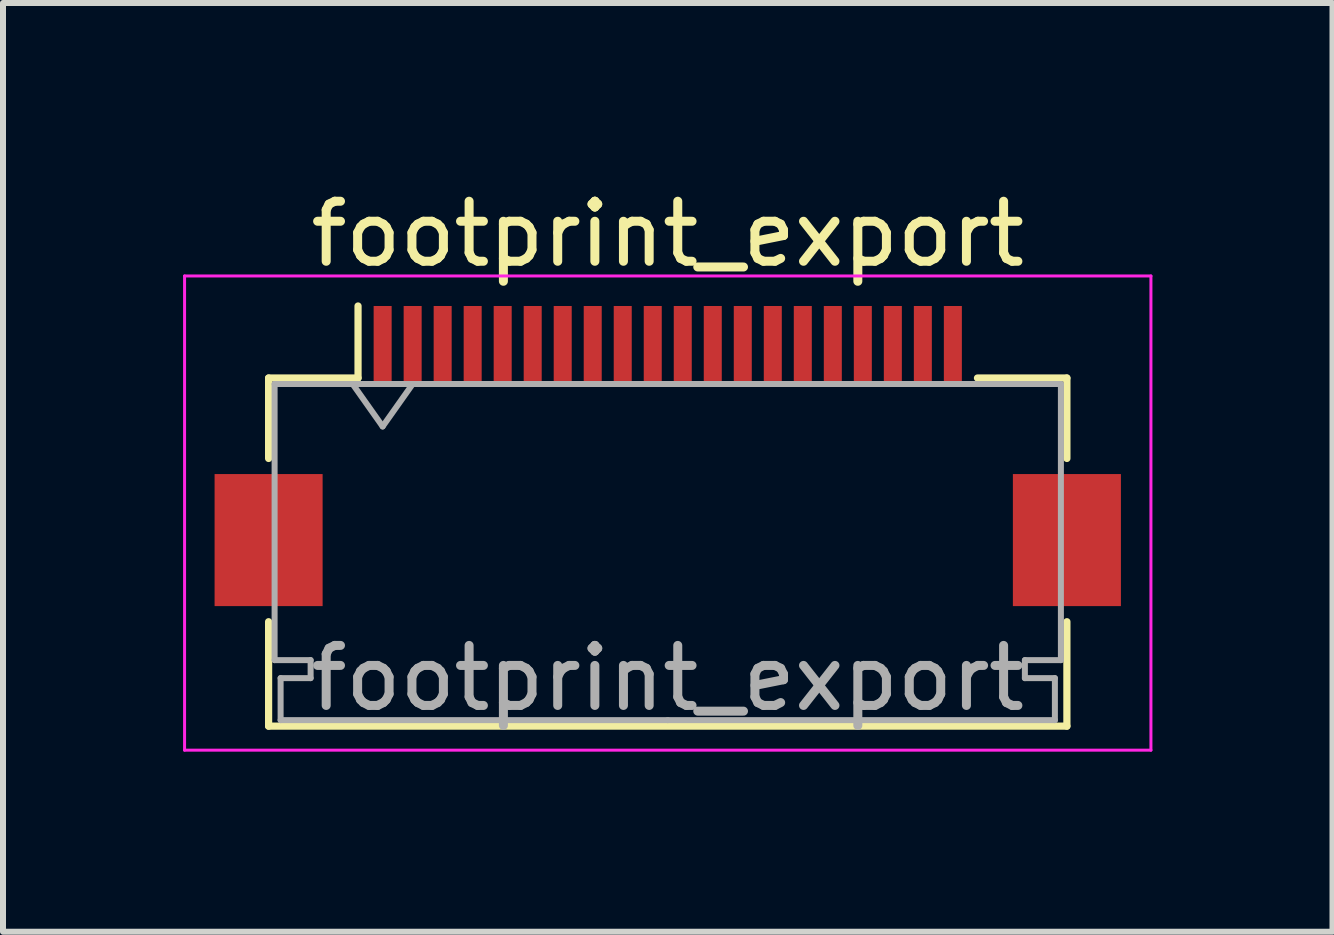
<source format=kicad_pcb>
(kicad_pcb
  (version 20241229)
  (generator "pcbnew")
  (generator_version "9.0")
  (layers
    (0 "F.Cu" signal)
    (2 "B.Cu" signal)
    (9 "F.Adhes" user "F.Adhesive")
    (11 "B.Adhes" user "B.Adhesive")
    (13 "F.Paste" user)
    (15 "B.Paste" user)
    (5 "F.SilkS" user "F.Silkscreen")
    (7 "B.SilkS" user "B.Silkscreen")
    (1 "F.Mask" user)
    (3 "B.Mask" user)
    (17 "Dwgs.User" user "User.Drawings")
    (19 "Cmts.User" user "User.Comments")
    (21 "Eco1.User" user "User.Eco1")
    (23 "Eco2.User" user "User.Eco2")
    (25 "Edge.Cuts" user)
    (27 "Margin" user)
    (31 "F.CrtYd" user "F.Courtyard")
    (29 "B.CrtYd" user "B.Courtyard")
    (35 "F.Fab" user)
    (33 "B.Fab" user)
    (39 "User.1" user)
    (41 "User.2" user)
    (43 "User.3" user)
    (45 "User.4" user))
  (footprint "footprint_export"
    (layer "F.Cu")
    (at 8.075 4.548)
    (property "Reference" "footprint_export" (at 0 -3.7 0) (layer "F.SilkS") (effects (font (size 1 1) (thickness 0.15))))
    (attr smd)
    (fp_line (start -6.65 -1.3) (end -6.65 0.04) (stroke (width 0.12) (type solid)) (layer "F.SilkS"))
    (fp_line (start -6.65 2.76) (end -6.65 4.5) (stroke (width 0.12) (type solid)) (layer "F.SilkS"))
    (fp_line (start -6.65 4.5) (end 6.65 4.5) (stroke (width 0.12) (type solid)) (layer "F.SilkS"))
    (fp_line (start -5.16 -1.3) (end -6.65 -1.3) (stroke (width 0.12) (type solid)) (layer "F.SilkS"))
    (fp_line (start -5.16 -1.3) (end -5.16 -2.5) (stroke (width 0.12) (type solid)) (layer "F.SilkS"))
    (fp_line (start 5.16 -1.3) (end 6.65 -1.3) (stroke (width 0.12) (type solid)) (layer "F.SilkS"))
    (fp_line (start 6.65 -1.3) (end 6.65 0.04) (stroke (width 0.12) (type solid)) (layer "F.SilkS"))
    (fp_line (start 6.65 4.5) (end 6.65 2.76) (stroke (width 0.12) (type solid)) (layer "F.SilkS"))
    (fp_line (start -8.05 -3) (end -8.05 4.9) (stroke (width 0.05) (type solid)) (layer "F.CrtYd"))
    (fp_line (start -8.05 4.9) (end 8.05 4.9) (stroke (width 0.05) (type solid)) (layer "F.CrtYd"))
    (fp_line (start 8.05 -3) (end -8.05 -3) (stroke (width 0.05) (type solid)) (layer "F.CrtYd"))
    (fp_line (start 8.05 4.9) (end 8.05 -3) (stroke (width 0.05) (type solid)) (layer "F.CrtYd"))
    (fp_line (start -6.55 -1.2) (end -6.55 3.4) (stroke (width 0.1) (type solid)) (layer "F.Fab"))
    (fp_line (start -6.55 3.4) (end -5.95 3.4) (stroke (width 0.1) (type solid)) (layer "F.Fab"))
    (fp_line (start -6.45 3.7) (end -6.45 4.4) (stroke (width 0.1) (type solid)) (layer "F.Fab"))
    (fp_line (start -6.45 4.4) (end 0 4.4) (stroke (width 0.1) (type solid)) (layer "F.Fab"))
    (fp_line (start -5.95 3.4) (end -5.95 3.7) (stroke (width 0.1) (type solid)) (layer "F.Fab"))
    (fp_line (start -5.95 3.7) (end -6.45 3.7) (stroke (width 0.1) (type solid)) (layer "F.Fab"))
    (fp_line (start -5.25 -1.2) (end -4.75 -0.493) (stroke (width 0.1) (type solid)) (layer "F.Fab"))
    (fp_line (start -4.75 -0.493) (end -4.25 -1.2) (stroke (width 0.1) (type solid)) (layer "F.Fab"))
    (fp_line (start 0 -1.2) (end -6.55 -1.2) (stroke (width 0.1) (type solid)) (layer "F.Fab"))
    (fp_line (start 0 -1.2) (end 6.55 -1.2) (stroke (width 0.1) (type solid)) (layer "F.Fab"))
    (fp_line (start 5.95 3.4) (end 5.95 3.7) (stroke (width 0.1) (type solid)) (layer "F.Fab"))
    (fp_line (start 5.95 3.7) (end 6.45 3.7) (stroke (width 0.1) (type solid)) (layer "F.Fab"))
    (fp_line (start 6.45 3.7) (end 6.45 4.4) (stroke (width 0.1) (type solid)) (layer "F.Fab"))
    (fp_line (start 6.45 4.4) (end 0 4.4) (stroke (width 0.1) (type solid)) (layer "F.Fab"))
    (fp_line (start 6.55 -1.2) (end 6.55 3.4) (stroke (width 0.1) (type solid)) (layer "F.Fab"))
    (fp_line (start 6.55 3.4) (end 5.95 3.4) (stroke (width 0.1) (type solid)) (layer "F.Fab"))
    (fp_text user "${REFERENCE}" (at 0 3.7 0) (layer "F.Fab") (effects (font (size 1 1) (thickness 0.15))))
    (pad "1" smd rect (at -4.75 -1.85) (size 0.3 1.3) (layers "F.Cu" "F.Mask" "F.Paste"))
    (pad "2" smd rect (at -4.25 -1.85) (size 0.3 1.3) (layers "F.Cu" "F.Mask" "F.Paste"))
    (pad "3" smd rect (at -3.75 -1.85) (size 0.3 1.3) (layers "F.Cu" "F.Mask" "F.Paste"))
    (pad "4" smd rect (at -3.25 -1.85) (size 0.3 1.3) (layers "F.Cu" "F.Mask" "F.Paste"))
    (pad "5" smd rect (at -2.75 -1.85) (size 0.3 1.3) (layers "F.Cu" "F.Mask" "F.Paste"))
    (pad "6" smd rect (at -2.25 -1.85) (size 0.3 1.3) (layers "F.Cu" "F.Mask" "F.Paste"))
    (pad "7" smd rect (at -1.75 -1.85) (size 0.3 1.3) (layers "F.Cu" "F.Mask" "F.Paste"))
    (pad "8" smd rect (at -1.25 -1.85) (size 0.3 1.3) (layers "F.Cu" "F.Mask" "F.Paste"))
    (pad "9" smd rect (at -0.75 -1.85) (size 0.3 1.3) (layers "F.Cu" "F.Mask" "F.Paste"))
    (pad "10" smd rect (at -0.25 -1.85) (size 0.3 1.3) (layers "F.Cu" "F.Mask" "F.Paste"))
    (pad "11" smd rect (at 0.25 -1.85) (size 0.3 1.3) (layers "F.Cu" "F.Mask" "F.Paste"))
    (pad "12" smd rect (at 0.75 -1.85) (size 0.3 1.3) (layers "F.Cu" "F.Mask" "F.Paste"))
    (pad "13" smd rect (at 1.25 -1.85) (size 0.3 1.3) (layers "F.Cu" "F.Mask" "F.Paste"))
    (pad "14" smd rect (at 1.75 -1.85) (size 0.3 1.3) (layers "F.Cu" "F.Mask" "F.Paste"))
    (pad "15" smd rect (at 2.25 -1.85) (size 0.3 1.3) (layers "F.Cu" "F.Mask" "F.Paste"))
    (pad "16" smd rect (at 2.75 -1.85) (size 0.3 1.3) (layers "F.Cu" "F.Mask" "F.Paste"))
    (pad "17" smd rect (at 3.25 -1.85) (size 0.3 1.3) (layers "F.Cu" "F.Mask" "F.Paste"))
    (pad "18" smd rect (at 3.75 -1.85) (size 0.3 1.3) (layers "F.Cu" "F.Mask" "F.Paste"))
    (pad "19" smd rect (at 4.25 -1.85) (size 0.3 1.3) (layers "F.Cu" "F.Mask" "F.Paste"))
    (pad "20" smd rect (at 4.75 -1.85) (size 0.3 1.3) (layers "F.Cu" "F.Mask" "F.Paste"))
    (pad "MP" smd rect (at -6.65 1.4) (size 1.8 2.2) (layers "F.Cu" "F.Mask" "F.Paste"))
    (pad "MP" smd rect (at 6.65 1.4) (size 1.8 2.2) (layers "F.Cu" "F.Mask" "F.Paste")))
  (gr_rect
    (start -3 -3)
    (end 19.15 12.473)
    (stroke (width 0.1) (type default))
    (fill no)
    (layer "Edge.Cuts")))
</source>
